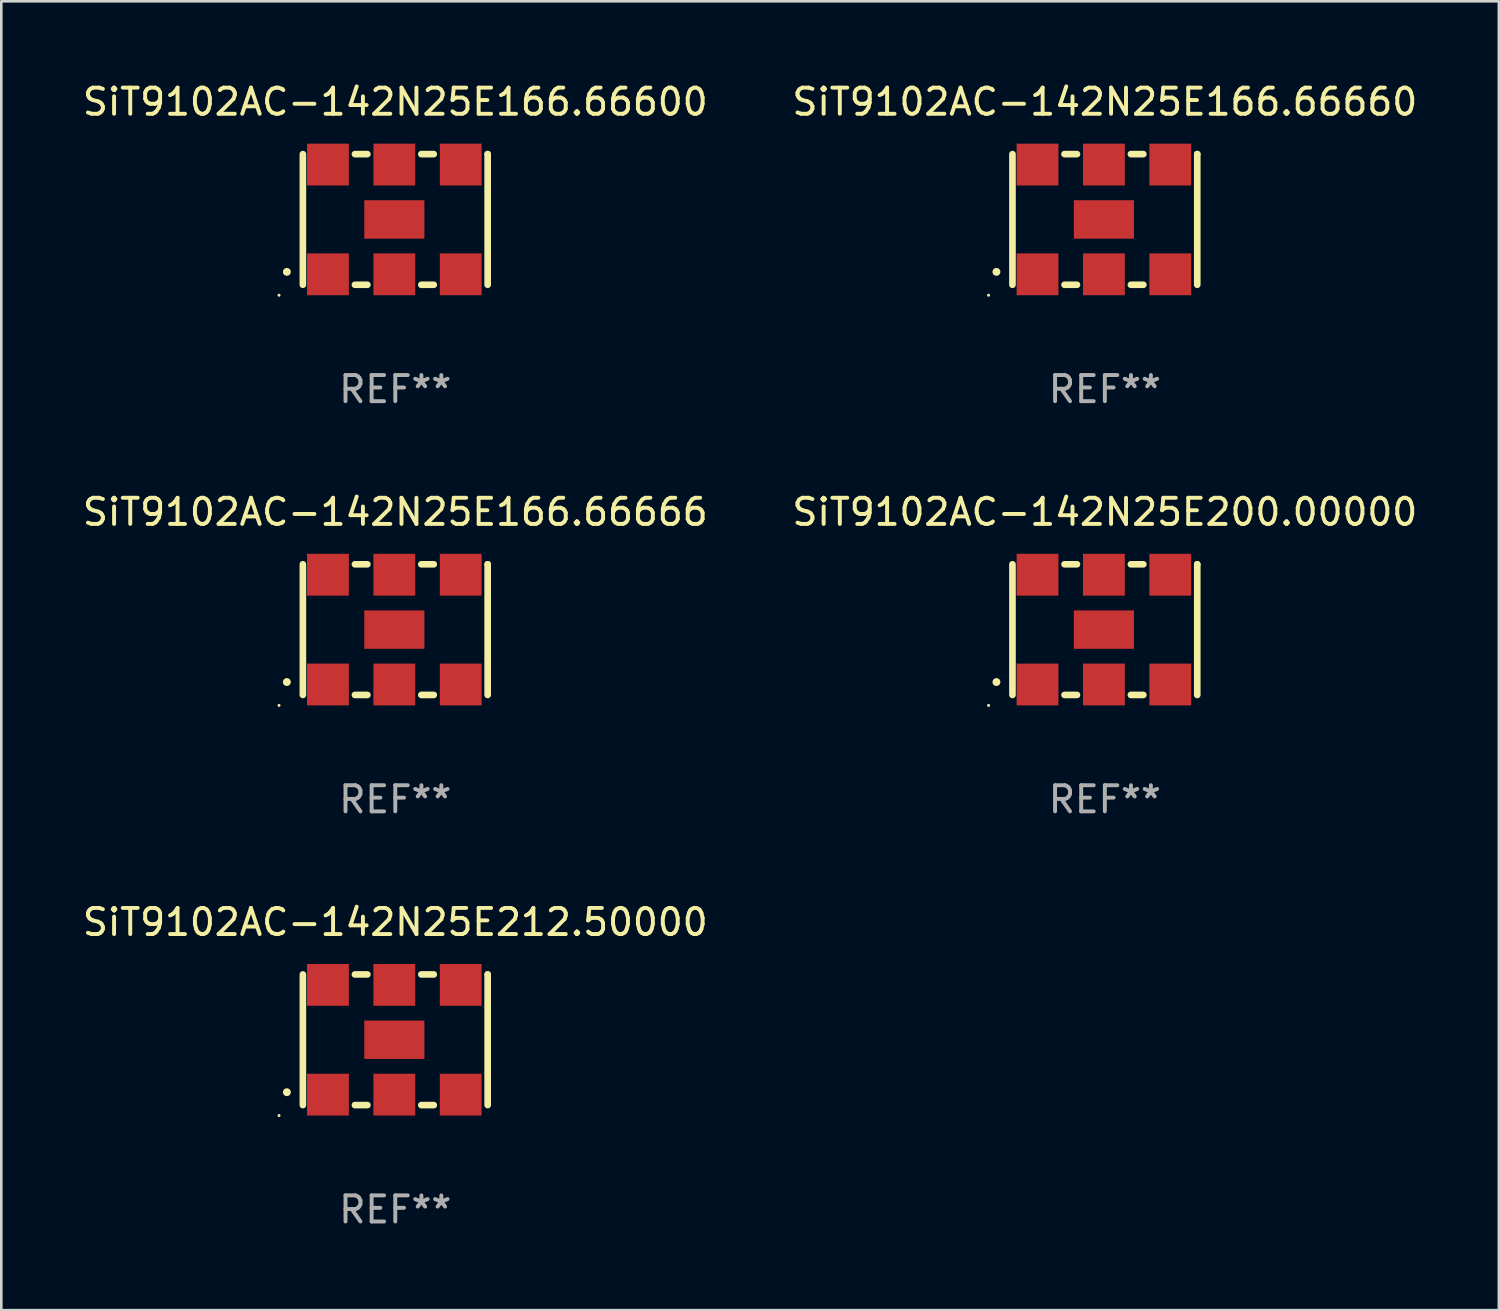
<source format=kicad_pcb>
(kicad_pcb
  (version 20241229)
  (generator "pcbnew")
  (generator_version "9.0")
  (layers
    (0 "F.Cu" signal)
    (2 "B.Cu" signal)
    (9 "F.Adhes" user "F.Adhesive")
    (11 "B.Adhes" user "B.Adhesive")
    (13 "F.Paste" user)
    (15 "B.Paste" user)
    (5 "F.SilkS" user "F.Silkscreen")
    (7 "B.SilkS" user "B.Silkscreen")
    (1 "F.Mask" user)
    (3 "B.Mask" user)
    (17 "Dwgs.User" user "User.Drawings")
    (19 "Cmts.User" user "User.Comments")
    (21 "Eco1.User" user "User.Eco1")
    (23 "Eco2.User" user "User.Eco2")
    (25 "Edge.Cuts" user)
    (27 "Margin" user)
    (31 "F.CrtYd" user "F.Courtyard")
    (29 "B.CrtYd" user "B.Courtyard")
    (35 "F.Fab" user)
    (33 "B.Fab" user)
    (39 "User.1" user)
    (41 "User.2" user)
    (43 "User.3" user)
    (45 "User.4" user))
  (footprint "SiT9102AC-142N25E166.66660"
    (layer "F.Cu")
    (at 39.232 5.348)
    (property "Reference" "SiT9102AC-142N25E166.66660" (at 0 -4.5 0) (layer "F.SilkS") (effects (font (size 1 1) (thickness 0.15))))
    (attr through_hole)
    (fp_line (start -3.536 -2.5) (end -3.536 2.5) (stroke (width 0.254) (type solid)) (layer "F.SilkS"))
    (fp_line (start -1.544 2.5) (end -1.067 2.5) (stroke (width 0.254) (type solid)) (layer "F.SilkS"))
    (fp_line (start -1.067 -2.5) (end -1.544 -2.5) (stroke (width 0.254) (type solid)) (layer "F.SilkS"))
    (fp_line (start 0.996 2.5) (end 1.473 2.5) (stroke (width 0.254) (type solid)) (layer "F.SilkS"))
    (fp_line (start 1.473 -2.5) (end 0.996 -2.5) (stroke (width 0.254) (type solid)) (layer "F.SilkS"))
    (fp_line (start 3.536 -2.5) (end 3.536 -2.5) (stroke (width 0.254) (type solid)) (layer "F.SilkS"))
    (fp_line (start 3.536 2.5) (end 3.536 -2.5) (stroke (width 0.254) (type solid)) (layer "F.SilkS"))
    (fp_arc (start -4.150432 2.006604) (mid -4.149162 2.006599) (end -4.147892 2.006604) (stroke (width 0.3) (type solid)) (layer "F.SilkS"))
    (fp_circle (center -4.449 2.9) (end -4.419 2.9) (stroke (width 0.06) (type solid)) (fill no) (layer "F.SilkS"))
    (fp_text user "REF**" (at 0 6.5 0) (layer "F.Fab") (effects (font (size 1 1) (thickness 0.15))))
    (pad "1" smd rect (at -2.576 2.1) (size 1.6 1.6) (layers "F.Cu" "F.Mask" "F.Paste"))
    (pad "2" smd rect (at -0.036 2.1) (size 1.6 1.6) (layers "F.Cu" "F.Mask" "F.Paste"))
    (pad "3" smd rect (at 2.504 2.1) (size 1.6 1.6) (layers "F.Cu" "F.Mask" "F.Paste"))
    (pad "4" smd rect (at 2.504 -2.1) (size 1.6 1.6) (layers "F.Cu" "F.Mask" "F.Paste"))
    (pad "5" smd rect (at -0.036 -2.1) (size 1.6 1.6) (layers "F.Cu" "F.Mask" "F.Paste"))
    (pad "6" smd rect (at -2.576 -2.1) (size 1.6 1.6) (layers "F.Cu" "F.Mask" "F.Paste"))
    (pad "7" smd rect (at -0.036 0) (size 2.3 1.47) (layers "F.Cu" "F.Mask" "F.Paste")))
  (footprint "SiT9102AC-142N25E166.66600"
    (layer "F.Cu")
    (at 12.077 5.348)
    (property "Reference" "SiT9102AC-142N25E166.66600" (at 0 -4.5 0) (layer "F.SilkS") (effects (font (size 1 1) (thickness 0.15))))
    (attr through_hole)
    (fp_line (start -3.536 -2.5) (end -3.536 2.5) (stroke (width 0.254) (type solid)) (layer "F.SilkS"))
    (fp_line (start -1.544 2.5) (end -1.067 2.5) (stroke (width 0.254) (type solid)) (layer "F.SilkS"))
    (fp_line (start -1.067 -2.5) (end -1.544 -2.5) (stroke (width 0.254) (type solid)) (layer "F.SilkS"))
    (fp_line (start 0.996 2.5) (end 1.473 2.5) (stroke (width 0.254) (type solid)) (layer "F.SilkS"))
    (fp_line (start 1.473 -2.5) (end 0.996 -2.5) (stroke (width 0.254) (type solid)) (layer "F.SilkS"))
    (fp_line (start 3.536 -2.5) (end 3.536 -2.5) (stroke (width 0.254) (type solid)) (layer "F.SilkS"))
    (fp_line (start 3.536 2.5) (end 3.536 -2.5) (stroke (width 0.254) (type solid)) (layer "F.SilkS"))
    (fp_arc (start -4.150432 2.006604) (mid -4.149162 2.006599) (end -4.147892 2.006604) (stroke (width 0.3) (type solid)) (layer "F.SilkS"))
    (fp_circle (center -4.449 2.9) (end -4.419 2.9) (stroke (width 0.06) (type solid)) (fill no) (layer "F.SilkS"))
    (fp_text user "REF**" (at 0 6.5 0) (layer "F.Fab") (effects (font (size 1 1) (thickness 0.15))))
    (pad "1" smd rect (at -2.576 2.1) (size 1.6 1.6) (layers "F.Cu" "F.Mask" "F.Paste"))
    (pad "2" smd rect (at -0.036 2.1) (size 1.6 1.6) (layers "F.Cu" "F.Mask" "F.Paste"))
    (pad "3" smd rect (at 2.504 2.1) (size 1.6 1.6) (layers "F.Cu" "F.Mask" "F.Paste"))
    (pad "4" smd rect (at 2.504 -2.1) (size 1.6 1.6) (layers "F.Cu" "F.Mask" "F.Paste"))
    (pad "5" smd rect (at -0.036 -2.1) (size 1.6 1.6) (layers "F.Cu" "F.Mask" "F.Paste"))
    (pad "6" smd rect (at -2.576 -2.1) (size 1.6 1.6) (layers "F.Cu" "F.Mask" "F.Paste"))
    (pad "7" smd rect (at -0.036 0) (size 2.3 1.47) (layers "F.Cu" "F.Mask" "F.Paste")))
  (footprint "SiT9102AC-142N25E200.00000"
    (layer "F.Cu")
    (at 39.232 21.045)
    (property "Reference" "SiT9102AC-142N25E200.00000" (at 0 -4.5 0) (layer "F.SilkS") (effects (font (size 1 1) (thickness 0.15))))
    (attr through_hole)
    (fp_line (start -3.536 -2.5) (end -3.536 2.5) (stroke (width 0.254) (type solid)) (layer "F.SilkS"))
    (fp_line (start -1.544 2.5) (end -1.067 2.5) (stroke (width 0.254) (type solid)) (layer "F.SilkS"))
    (fp_line (start -1.067 -2.5) (end -1.544 -2.5) (stroke (width 0.254) (type solid)) (layer "F.SilkS"))
    (fp_line (start 0.996 2.5) (end 1.473 2.5) (stroke (width 0.254) (type solid)) (layer "F.SilkS"))
    (fp_line (start 1.473 -2.5) (end 0.996 -2.5) (stroke (width 0.254) (type solid)) (layer "F.SilkS"))
    (fp_line (start 3.536 -2.5) (end 3.536 -2.5) (stroke (width 0.254) (type solid)) (layer "F.SilkS"))
    (fp_line (start 3.536 2.5) (end 3.536 -2.5) (stroke (width 0.254) (type solid)) (layer "F.SilkS"))
    (fp_arc (start -4.150432 2.006604) (mid -4.149162 2.006599) (end -4.147892 2.006604) (stroke (width 0.3) (type solid)) (layer "F.SilkS"))
    (fp_circle (center -4.449 2.9) (end -4.419 2.9) (stroke (width 0.06) (type solid)) (fill no) (layer "F.SilkS"))
    (fp_text user "REF**" (at 0 6.5 0) (layer "F.Fab") (effects (font (size 1 1) (thickness 0.15))))
    (pad "1" smd rect (at -2.576 2.1) (size 1.6 1.6) (layers "F.Cu" "F.Mask" "F.Paste"))
    (pad "2" smd rect (at -0.036 2.1) (size 1.6 1.6) (layers "F.Cu" "F.Mask" "F.Paste"))
    (pad "3" smd rect (at 2.504 2.1) (size 1.6 1.6) (layers "F.Cu" "F.Mask" "F.Paste"))
    (pad "4" smd rect (at 2.504 -2.1) (size 1.6 1.6) (layers "F.Cu" "F.Mask" "F.Paste"))
    (pad "5" smd rect (at -0.036 -2.1) (size 1.6 1.6) (layers "F.Cu" "F.Mask" "F.Paste"))
    (pad "6" smd rect (at -2.576 -2.1) (size 1.6 1.6) (layers "F.Cu" "F.Mask" "F.Paste"))
    (pad "7" smd rect (at -0.036 0) (size 2.3 1.47) (layers "F.Cu" "F.Mask" "F.Paste")))
  (footprint "SiT9102AC-142N25E212.50000"
    (layer "F.Cu")
    (at 12.077 36.741)
    (property "Reference" "SiT9102AC-142N25E212.50000" (at 0 -4.5 0) (layer "F.SilkS") (effects (font (size 1 1) (thickness 0.15))))
    (attr through_hole)
    (fp_line (start -3.536 -2.5) (end -3.536 2.5) (stroke (width 0.254) (type solid)) (layer "F.SilkS"))
    (fp_line (start -1.544 2.5) (end -1.067 2.5) (stroke (width 0.254) (type solid)) (layer "F.SilkS"))
    (fp_line (start -1.067 -2.5) (end -1.544 -2.5) (stroke (width 0.254) (type solid)) (layer "F.SilkS"))
    (fp_line (start 0.996 2.5) (end 1.473 2.5) (stroke (width 0.254) (type solid)) (layer "F.SilkS"))
    (fp_line (start 1.473 -2.5) (end 0.996 -2.5) (stroke (width 0.254) (type solid)) (layer "F.SilkS"))
    (fp_line (start 3.536 -2.5) (end 3.536 -2.5) (stroke (width 0.254) (type solid)) (layer "F.SilkS"))
    (fp_line (start 3.536 2.5) (end 3.536 -2.5) (stroke (width 0.254) (type solid)) (layer "F.SilkS"))
    (fp_arc (start -4.150432 2.006604) (mid -4.149162 2.006599) (end -4.147892 2.006604) (stroke (width 0.3) (type solid)) (layer "F.SilkS"))
    (fp_circle (center -4.449 2.9) (end -4.419 2.9) (stroke (width 0.06) (type solid)) (fill no) (layer "F.SilkS"))
    (fp_text user "REF**" (at 0 6.5 0) (layer "F.Fab") (effects (font (size 1 1) (thickness 0.15))))
    (pad "1" smd rect (at -2.576 2.1) (size 1.6 1.6) (layers "F.Cu" "F.Mask" "F.Paste"))
    (pad "2" smd rect (at -0.036 2.1) (size 1.6 1.6) (layers "F.Cu" "F.Mask" "F.Paste"))
    (pad "3" smd rect (at 2.504 2.1) (size 1.6 1.6) (layers "F.Cu" "F.Mask" "F.Paste"))
    (pad "4" smd rect (at 2.504 -2.1) (size 1.6 1.6) (layers "F.Cu" "F.Mask" "F.Paste"))
    (pad "5" smd rect (at -0.036 -2.1) (size 1.6 1.6) (layers "F.Cu" "F.Mask" "F.Paste"))
    (pad "6" smd rect (at -2.576 -2.1) (size 1.6 1.6) (layers "F.Cu" "F.Mask" "F.Paste"))
    (pad "7" smd rect (at -0.036 0) (size 2.3 1.47) (layers "F.Cu" "F.Mask" "F.Paste")))
  (footprint "SiT9102AC-142N25E166.66666"
    (layer "F.Cu")
    (at 12.077 21.045)
    (property "Reference" "SiT9102AC-142N25E166.66666" (at 0 -4.5 0) (layer "F.SilkS") (effects (font (size 1 1) (thickness 0.15))))
    (attr through_hole)
    (fp_line (start -3.536 -2.5) (end -3.536 2.5) (stroke (width 0.254) (type solid)) (layer "F.SilkS"))
    (fp_line (start -1.544 2.5) (end -1.067 2.5) (stroke (width 0.254) (type solid)) (layer "F.SilkS"))
    (fp_line (start -1.067 -2.5) (end -1.544 -2.5) (stroke (width 0.254) (type solid)) (layer "F.SilkS"))
    (fp_line (start 0.996 2.5) (end 1.473 2.5) (stroke (width 0.254) (type solid)) (layer "F.SilkS"))
    (fp_line (start 1.473 -2.5) (end 0.996 -2.5) (stroke (width 0.254) (type solid)) (layer "F.SilkS"))
    (fp_line (start 3.536 -2.5) (end 3.536 -2.5) (stroke (width 0.254) (type solid)) (layer "F.SilkS"))
    (fp_line (start 3.536 2.5) (end 3.536 -2.5) (stroke (width 0.254) (type solid)) (layer "F.SilkS"))
    (fp_arc (start -4.150432 2.006604) (mid -4.149162 2.006599) (end -4.147892 2.006604) (stroke (width 0.3) (type solid)) (layer "F.SilkS"))
    (fp_circle (center -4.449 2.9) (end -4.419 2.9) (stroke (width 0.06) (type solid)) (fill no) (layer "F.SilkS"))
    (fp_text user "REF**" (at 0 6.5 0) (layer "F.Fab") (effects (font (size 1 1) (thickness 0.15))))
    (pad "1" smd rect (at -2.576 2.1) (size 1.6 1.6) (layers "F.Cu" "F.Mask" "F.Paste"))
    (pad "2" smd rect (at -0.036 2.1) (size 1.6 1.6) (layers "F.Cu" "F.Mask" "F.Paste"))
    (pad "3" smd rect (at 2.504 2.1) (size 1.6 1.6) (layers "F.Cu" "F.Mask" "F.Paste"))
    (pad "4" smd rect (at 2.504 -2.1) (size 1.6 1.6) (layers "F.Cu" "F.Mask" "F.Paste"))
    (pad "5" smd rect (at -0.036 -2.1) (size 1.6 1.6) (layers "F.Cu" "F.Mask" "F.Paste"))
    (pad "6" smd rect (at -2.576 -2.1) (size 1.6 1.6) (layers "F.Cu" "F.Mask" "F.Paste"))
    (pad "7" smd rect (at -0.036 0) (size 2.3 1.47) (layers "F.Cu" "F.Mask" "F.Paste")))
  (gr_rect
    (start -3 -3)
    (end 54.31 47.09)
    (stroke (width 0.1) (type default))
    (fill no)
    (layer "Edge.Cuts")))
</source>
